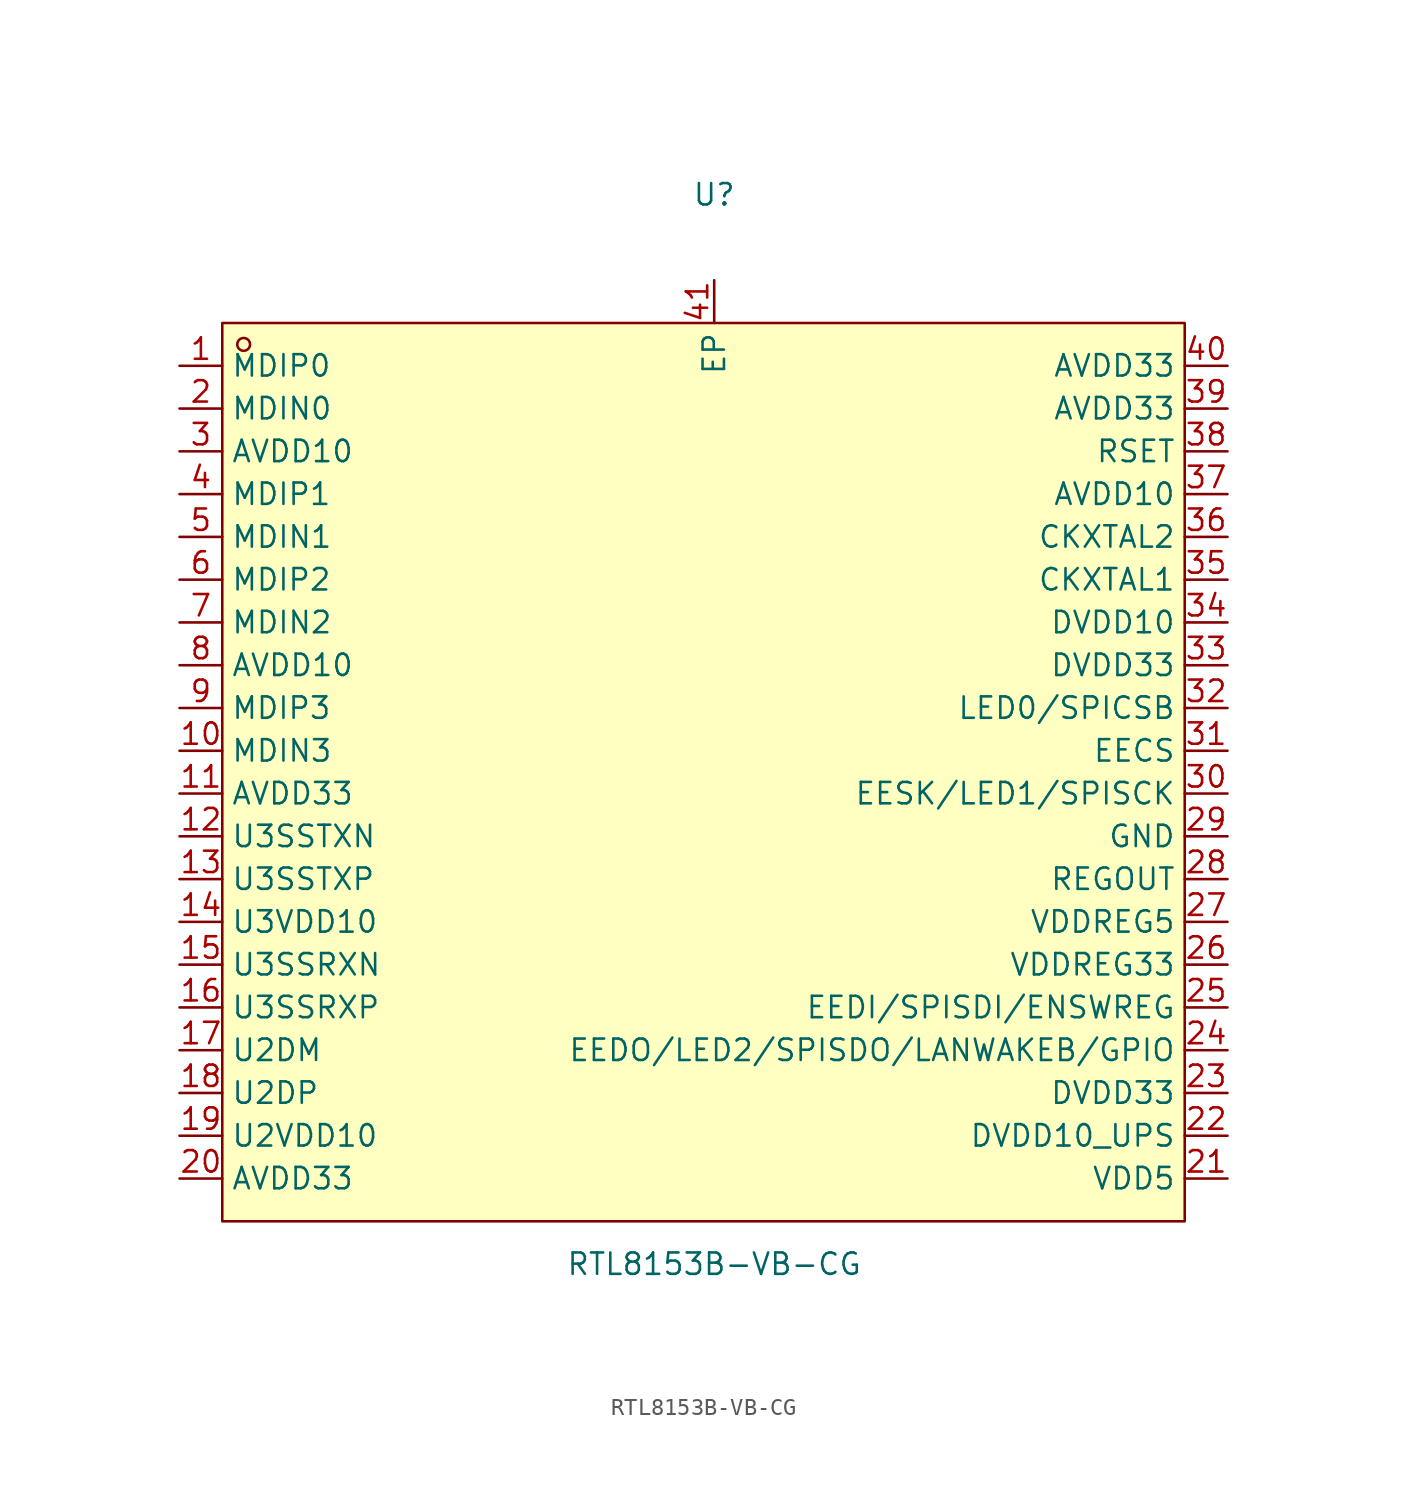
<source format=kicad_sym>
(kicad_symbol_lib
  (version 20211014)
  (generator https://github.com/uPesy/easyeda2kicad.py)
  (symbol "RTL8153B-VB-CG"
    (property "Reference" "U"
      (at 0 34.29 0)
      (effects (font (size 1.27 1.27))))
    (property "Value" "RTL8153B-VB-CG"
      (at 0 -29.21 0)
      (effects (font (size 1.27 1.27))))
    (symbol "RTL8153B-VB-CG_0_1"
      (rectangle (start -29.21 26.67) (end 27.94 -26.67) (stroke (width 0) (type default) (color 0 0 0 0)) (fill (type background)))
      (circle (center -27.94 25.40) (radius 0.38) (stroke (width 0) (type default) (color 0 0 0 0)) (fill (type none)))
      (pin unspecified line (at -31.75 24.13 0) (length 2.54) (name "MDIP0" (effects (font (size 1.27 1.27)))) (number "1" (effects (font (size 1.27 1.27)))))
      (pin unspecified line (at -31.75 21.59 0) (length 2.54) (name "MDIN0" (effects (font (size 1.27 1.27)))) (number "2" (effects (font (size 1.27 1.27)))))
      (pin unspecified line (at -31.75 19.05 0) (length 2.54) (name "AVDD10" (effects (font (size 1.27 1.27)))) (number "3" (effects (font (size 1.27 1.27)))))
      (pin unspecified line (at -31.75 16.51 0) (length 2.54) (name "MDIP1" (effects (font (size 1.27 1.27)))) (number "4" (effects (font (size 1.27 1.27)))))
      (pin unspecified line (at -31.75 13.97 0) (length 2.54) (name "MDIN1" (effects (font (size 1.27 1.27)))) (number "5" (effects (font (size 1.27 1.27)))))
      (pin unspecified line (at -31.75 11.43 0) (length 2.54) (name "MDIP2" (effects (font (size 1.27 1.27)))) (number "6" (effects (font (size 1.27 1.27)))))
      (pin unspecified line (at -31.75 8.89 0) (length 2.54) (name "MDIN2" (effects (font (size 1.27 1.27)))) (number "7" (effects (font (size 1.27 1.27)))))
      (pin unspecified line (at -31.75 6.35 0) (length 2.54) (name "AVDD10" (effects (font (size 1.27 1.27)))) (number "8" (effects (font (size 1.27 1.27)))))
      (pin unspecified line (at -31.75 3.81 0) (length 2.54) (name "MDIP3" (effects (font (size 1.27 1.27)))) (number "9" (effects (font (size 1.27 1.27)))))
      (pin unspecified line (at -31.75 1.27 0) (length 2.54) (name "MDIN3" (effects (font (size 1.27 1.27)))) (number "10" (effects (font (size 1.27 1.27)))))
      (pin unspecified line (at -31.75 -1.27 0) (length 2.54) (name "AVDD33" (effects (font (size 1.27 1.27)))) (number "11" (effects (font (size 1.27 1.27)))))
      (pin unspecified line (at -31.75 -3.81 0) (length 2.54) (name "U3SSTXN" (effects (font (size 1.27 1.27)))) (number "12" (effects (font (size 1.27 1.27)))))
      (pin unspecified line (at -31.75 -6.35 0) (length 2.54) (name "U3SSTXP" (effects (font (size 1.27 1.27)))) (number "13" (effects (font (size 1.27 1.27)))))
      (pin unspecified line (at -31.75 -8.89 0) (length 2.54) (name "U3VDD10" (effects (font (size 1.27 1.27)))) (number "14" (effects (font (size 1.27 1.27)))))
      (pin unspecified line (at -31.75 -11.43 0) (length 2.54) (name "U3SSRXN" (effects (font (size 1.27 1.27)))) (number "15" (effects (font (size 1.27 1.27)))))
      (pin unspecified line (at -31.75 -13.97 0) (length 2.54) (name "U3SSRXP" (effects (font (size 1.27 1.27)))) (number "16" (effects (font (size 1.27 1.27)))))
      (pin unspecified line (at -31.75 -16.51 0) (length 2.54) (name "U2DM" (effects (font (size 1.27 1.27)))) (number "17" (effects (font (size 1.27 1.27)))))
      (pin unspecified line (at -31.75 -19.05 0) (length 2.54) (name "U2DP" (effects (font (size 1.27 1.27)))) (number "18" (effects (font (size 1.27 1.27)))))
      (pin unspecified line (at -31.75 -21.59 0) (length 2.54) (name "U2VDD10" (effects (font (size 1.27 1.27)))) (number "19" (effects (font (size 1.27 1.27)))))
      (pin unspecified line (at -31.75 -24.13 0) (length 2.54) (name "AVDD33" (effects (font (size 1.27 1.27)))) (number "20" (effects (font (size 1.27 1.27)))))
      (pin unspecified line (at 30.48 -24.13 180) (length 2.54) (name "VDD5" (effects (font (size 1.27 1.27)))) (number "21" (effects (font (size 1.27 1.27)))))
      (pin unspecified line (at 30.48 -21.59 180) (length 2.54) (name "DVDD10_UPS" (effects (font (size 1.27 1.27)))) (number "22" (effects (font (size 1.27 1.27)))))
      (pin unspecified line (at 30.48 -19.05 180) (length 2.54) (name "DVDD33" (effects (font (size 1.27 1.27)))) (number "23" (effects (font (size 1.27 1.27)))))
      (pin unspecified line (at 30.48 -16.51 180) (length 2.54) (name "EEDO/LED2/SPISDO/LANWAKEB/GPIO" (effects (font (size 1.27 1.27)))) (number "24" (effects (font (size 1.27 1.27)))))
      (pin unspecified line (at 30.48 -13.97 180) (length 2.54) (name "EEDI/SPISDI/ENSWREG" (effects (font (size 1.27 1.27)))) (number "25" (effects (font (size 1.27 1.27)))))
      (pin unspecified line (at 30.48 -11.43 180) (length 2.54) (name "VDDREG33" (effects (font (size 1.27 1.27)))) (number "26" (effects (font (size 1.27 1.27)))))
      (pin unspecified line (at 30.48 -8.89 180) (length 2.54) (name "VDDREG5" (effects (font (size 1.27 1.27)))) (number "27" (effects (font (size 1.27 1.27)))))
      (pin unspecified line (at 30.48 -6.35 180) (length 2.54) (name "REGOUT" (effects (font (size 1.27 1.27)))) (number "28" (effects (font (size 1.27 1.27)))))
      (pin unspecified line (at 30.48 -3.81 180) (length 2.54) (name "GND" (effects (font (size 1.27 1.27)))) (number "29" (effects (font (size 1.27 1.27)))))
      (pin unspecified line (at 30.48 -1.27 180) (length 2.54) (name "EESK/LED1/SPISCK" (effects (font (size 1.27 1.27)))) (number "30" (effects (font (size 1.27 1.27)))))
      (pin unspecified line (at 30.48 1.27 180) (length 2.54) (name "EECS" (effects (font (size 1.27 1.27)))) (number "31" (effects (font (size 1.27 1.27)))))
      (pin unspecified line (at 30.48 3.81 180) (length 2.54) (name "LED0/SPICSB" (effects (font (size 1.27 1.27)))) (number "32" (effects (font (size 1.27 1.27)))))
      (pin unspecified line (at 30.48 6.35 180) (length 2.54) (name "DVDD33" (effects (font (size 1.27 1.27)))) (number "33" (effects (font (size 1.27 1.27)))))
      (pin unspecified line (at 30.48 8.89 180) (length 2.54) (name "DVDD10" (effects (font (size 1.27 1.27)))) (number "34" (effects (font (size 1.27 1.27)))))
      (pin unspecified line (at 30.48 11.43 180) (length 2.54) (name "CKXTAL1" (effects (font (size 1.27 1.27)))) (number "35" (effects (font (size 1.27 1.27)))))
      (pin unspecified line (at 30.48 13.97 180) (length 2.54) (name "CKXTAL2" (effects (font (size 1.27 1.27)))) (number "36" (effects (font (size 1.27 1.27)))))
      (pin unspecified line (at 30.48 16.51 180) (length 2.54) (name "AVDD10" (effects (font (size 1.27 1.27)))) (number "37" (effects (font (size 1.27 1.27)))))
      (pin unspecified line (at 30.48 19.05 180) (length 2.54) (name "RSET" (effects (font (size 1.27 1.27)))) (number "38" (effects (font (size 1.27 1.27)))))
      (pin unspecified line (at 30.48 21.59 180) (length 2.54) (name "AVDD33" (effects (font (size 1.27 1.27)))) (number "39" (effects (font (size 1.27 1.27)))))
      (pin unspecified line (at 30.48 24.13 180) (length 2.54) (name "AVDD33" (effects (font (size 1.27 1.27)))) (number "40" (effects (font (size 1.27 1.27)))))
      (pin unspecified line (at 0.00 29.21 270) (length 2.54) (name "EP" (effects (font (size 1.27 1.27)))) (number "41" (effects (font (size 1.27 1.27))))))))
</source>
